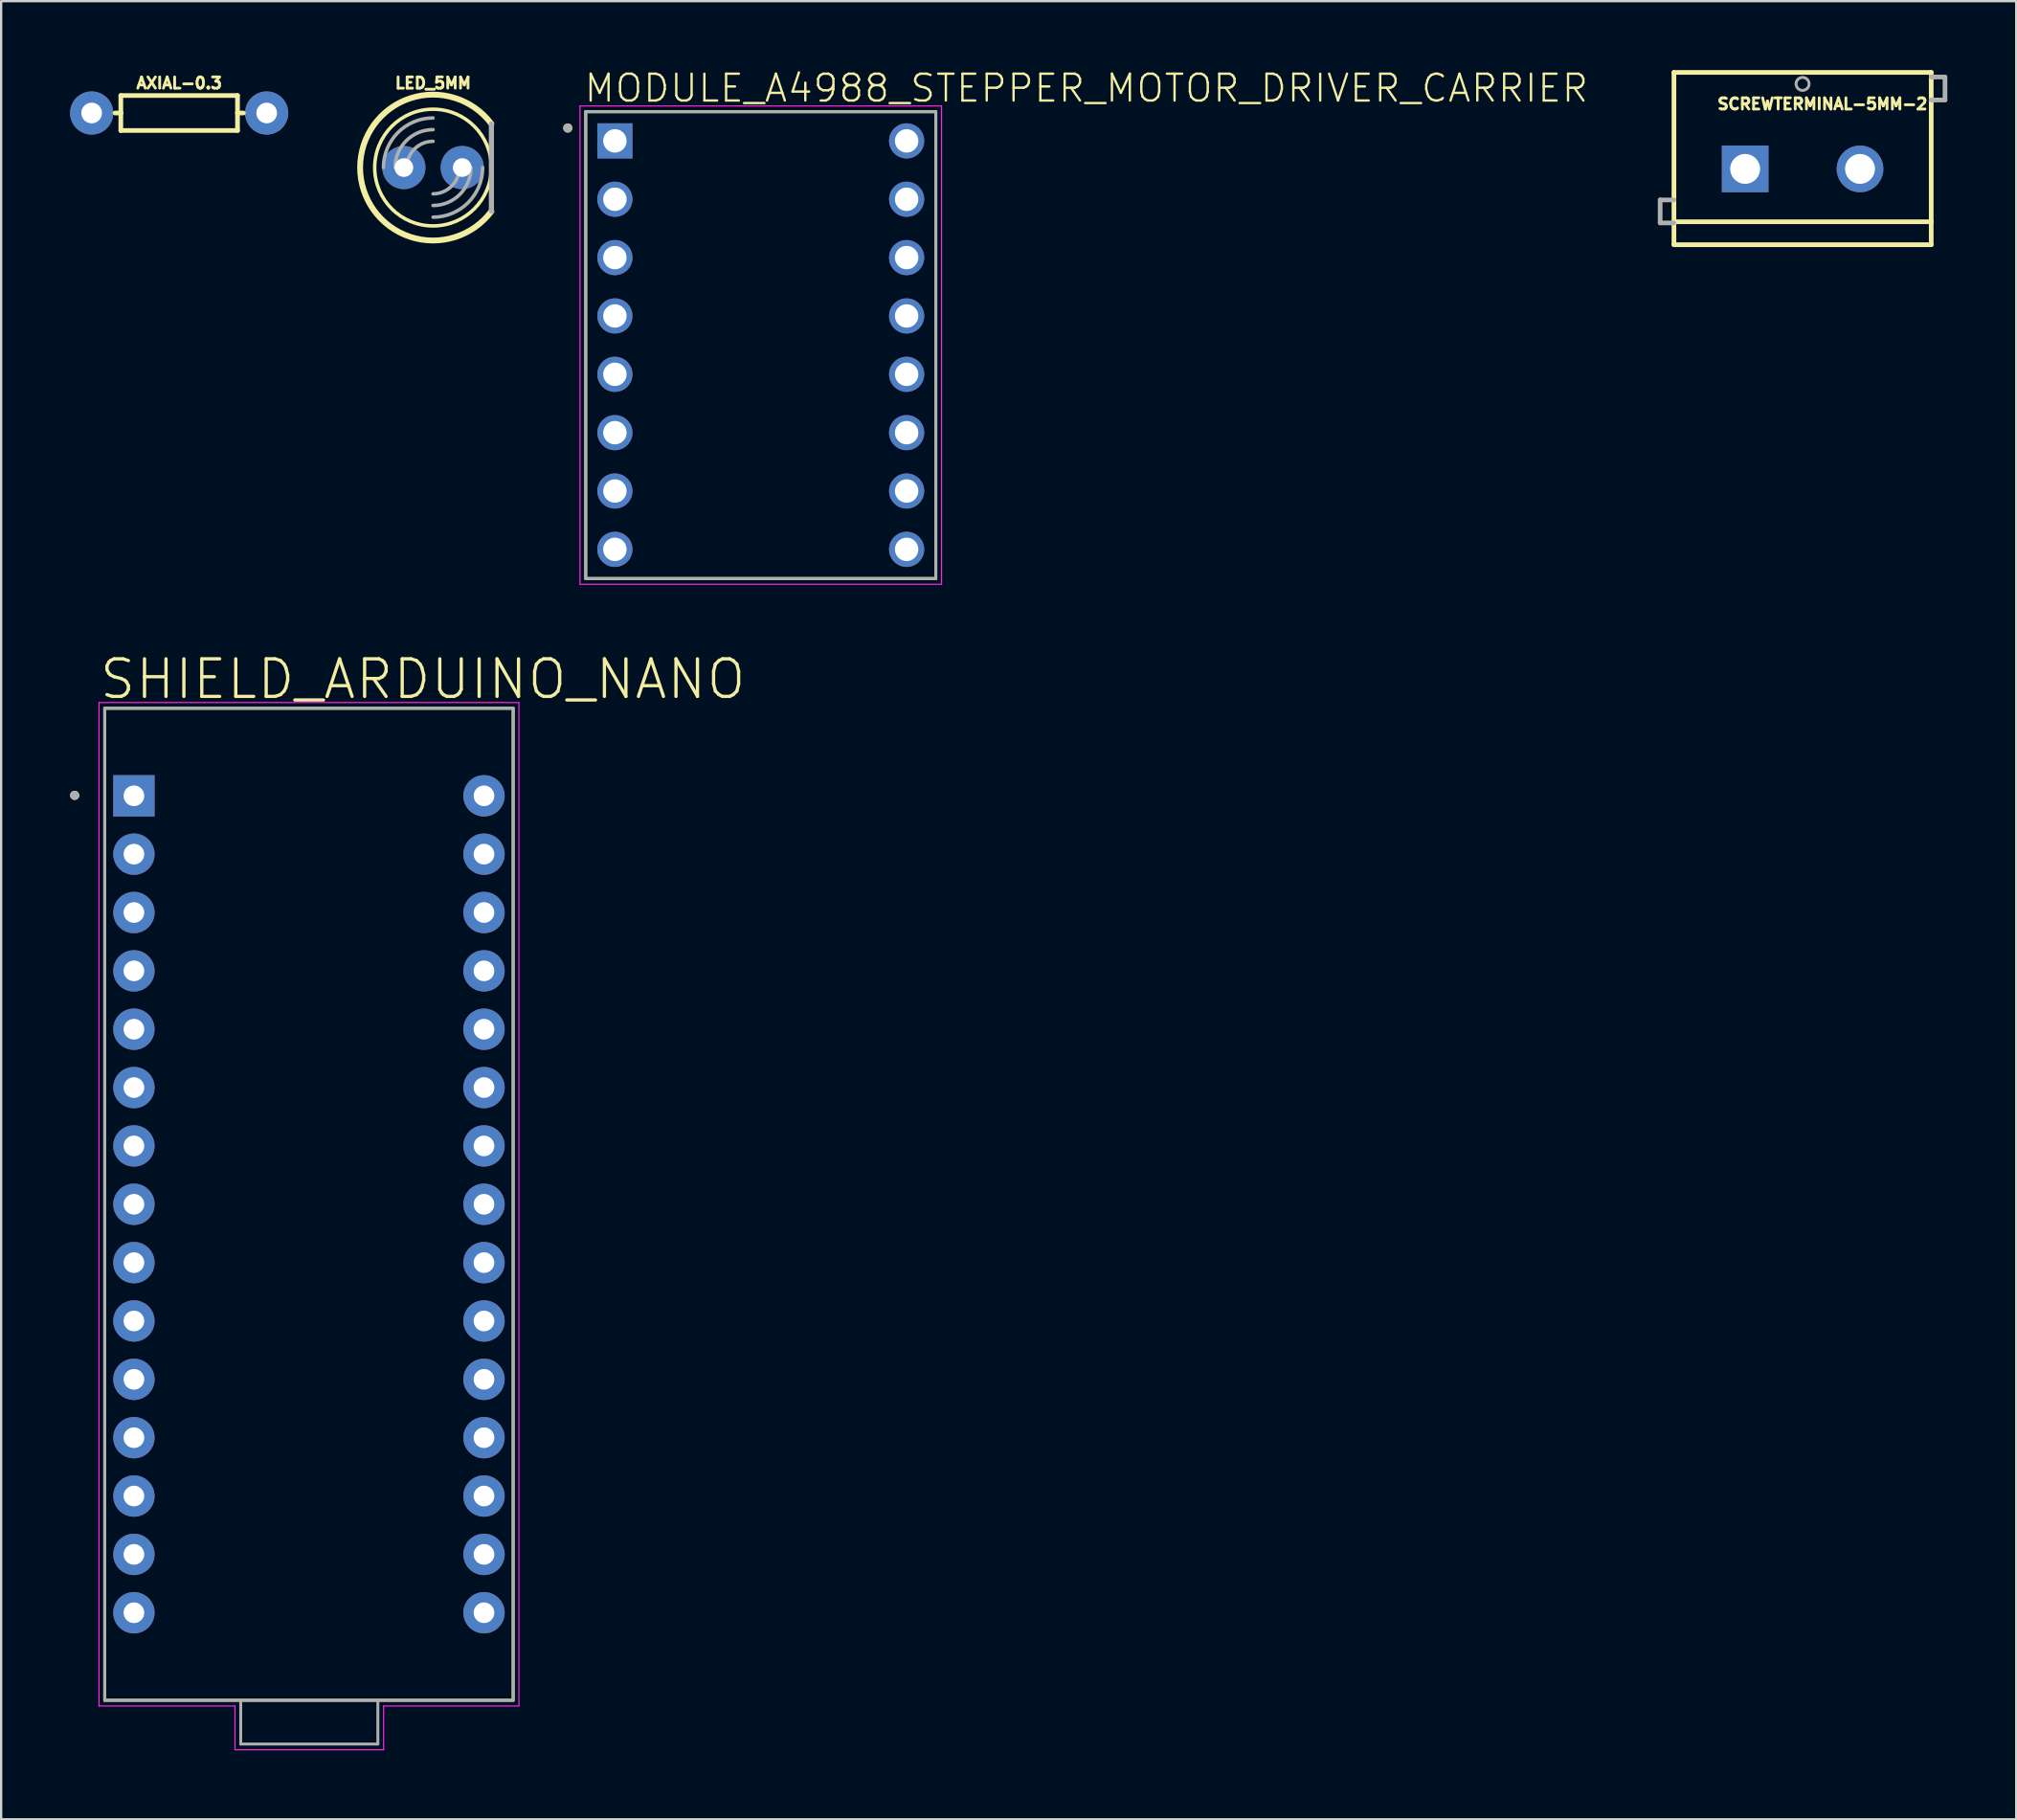
<source format=kicad_pcb>
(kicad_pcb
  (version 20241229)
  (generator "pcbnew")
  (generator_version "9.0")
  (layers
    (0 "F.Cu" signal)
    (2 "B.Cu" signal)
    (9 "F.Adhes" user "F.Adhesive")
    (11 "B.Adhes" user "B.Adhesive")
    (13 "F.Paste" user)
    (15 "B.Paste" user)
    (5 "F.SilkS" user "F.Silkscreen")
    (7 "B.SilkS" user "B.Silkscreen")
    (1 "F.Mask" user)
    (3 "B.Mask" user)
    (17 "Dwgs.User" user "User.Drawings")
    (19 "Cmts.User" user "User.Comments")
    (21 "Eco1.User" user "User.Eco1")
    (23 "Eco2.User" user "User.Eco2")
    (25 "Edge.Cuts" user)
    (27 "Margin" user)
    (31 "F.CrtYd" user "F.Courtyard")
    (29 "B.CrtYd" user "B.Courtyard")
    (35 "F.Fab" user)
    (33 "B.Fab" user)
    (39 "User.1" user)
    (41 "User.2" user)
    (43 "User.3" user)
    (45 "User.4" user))
  (footprint "SCREWTERMINAL-5MM-2"
    (layer "F.Cu")
    (at 72.923 4.302)
    (property "Reference" "SCREWTERMINAL-5MM-2" (at -1.27 -2.54 0) (layer "F.SilkS") (effects (font (size 0.488 0.488) (thickness 0.122)) (justify left bottom)))
    (fp_line (start -3.1 -4.2) (end 8.1 -4.2) (stroke (width 0.203) (type solid)) (layer "F.SilkS"))
    (fp_line (start -3.1 2.3) (end -3.1 -4.2) (stroke (width 0.203) (type solid)) (layer "F.SilkS"))
    (fp_line (start -3.1 3.3) (end -3.1 2.3) (stroke (width 0.203) (type solid)) (layer "F.SilkS"))
    (fp_line (start 8.1 -4.2) (end 8.1 2.3) (stroke (width 0.203) (type solid)) (layer "F.SilkS"))
    (fp_line (start 8.1 2.3) (end -3.1 2.3) (stroke (width 0.203) (type solid)) (layer "F.SilkS"))
    (fp_line (start 8.1 2.3) (end 8.1 3.3) (stroke (width 0.203) (type solid)) (layer "F.SilkS"))
    (fp_line (start 8.1 3.3) (end -3.1 3.3) (stroke (width 0.203) (type solid)) (layer "F.SilkS"))
    (fp_line (start -3.7 1.35) (end -3.7 2.35) (stroke (width 0.203) (type solid)) (layer "F.Fab"))
    (fp_line (start -3.7 2.35) (end -3.1 2.35) (stroke (width 0.203) (type solid)) (layer "F.Fab"))
    (fp_line (start -3.1 1.35) (end -3.7 1.35) (stroke (width 0.203) (type solid)) (layer "F.Fab"))
    (fp_line (start 8.1 -4) (end 8.7 -4) (stroke (width 0.203) (type solid)) (layer "F.Fab"))
    (fp_line (start 8.7 -4) (end 8.7 -3) (stroke (width 0.203) (type solid)) (layer "F.Fab"))
    (fp_line (start 8.7 -3) (end 8.1 -3) (stroke (width 0.203) (type solid)) (layer "F.Fab"))
    (fp_circle (center 2.5 -3.7) (end 2.783 -3.7) (stroke (width 0.127) (type solid)) (fill no) (layer "F.Fab"))
    (pad "1" thru_hole rect (at 0 0) (size 2.032 2.032) (drill 1.3) (layers "*.Cu" "*.Mask"))
    (pad "2" thru_hole circle (at 5 0) (size 2.032 2.032) (drill 1.3) (layers "*.Cu" "*.Mask")))
  (footprint "MODULE_A4988_STEPPER_MOTOR_DRIVER_CARRIER"
    (layer "F.Cu")
    (at 30.069 11.973)
    (property "Reference" "MODULE_A4988_STEPPER_MOTOR_DRIVER_CARRIER" (at -7.75 -10.5 0) (layer "F.SilkS") (effects (font (size 1.168 1.168) (thickness 0.102)) (justify left bottom)))
    (fp_line (start -7.62 -10.16) (end 7.62 -10.16) (stroke (width 0.127) (type solid)) (layer "F.SilkS"))
    (fp_line (start -7.62 10.16) (end -7.62 -10.16) (stroke (width 0.127) (type solid)) (layer "F.SilkS"))
    (fp_line (start 7.62 -10.16) (end 7.62 10.16) (stroke (width 0.127) (type solid)) (layer "F.SilkS"))
    (fp_line (start 7.62 10.16) (end -7.62 10.16) (stroke (width 0.127) (type solid)) (layer "F.SilkS"))
    (fp_circle (center -8.4 -9.45) (end -8.3 -9.45) (stroke (width 0.2) (type solid)) (fill no) (layer "F.SilkS"))
    (fp_line (start -7.87 -10.41) (end -7.87 10.41) (stroke (width 0.05) (type solid)) (layer "F.CrtYd"))
    (fp_line (start -7.87 10.41) (end 7.87 10.41) (stroke (width 0.05) (type solid)) (layer "F.CrtYd"))
    (fp_line (start 7.87 -10.41) (end -7.87 -10.41) (stroke (width 0.05) (type solid)) (layer "F.CrtYd"))
    (fp_line (start 7.87 10.41) (end 7.87 -10.41) (stroke (width 0.05) (type solid)) (layer "F.CrtYd"))
    (fp_line (start -7.62 -10.16) (end 7.62 -10.16) (stroke (width 0.127) (type solid)) (layer "F.Fab"))
    (fp_line (start -7.62 10.16) (end -7.62 -10.16) (stroke (width 0.127) (type solid)) (layer "F.Fab"))
    (fp_line (start 7.62 -10.16) (end 7.62 10.16) (stroke (width 0.127) (type solid)) (layer "F.Fab"))
    (fp_line (start 7.62 10.16) (end -7.62 10.16) (stroke (width 0.127) (type solid)) (layer "F.Fab"))
    (fp_circle (center -8.4 -9.45) (end -8.3 -9.45) (stroke (width 0.2) (type solid)) (fill no) (layer "F.Fab"))
    (pad "1" thru_hole rect (at -6.35 -8.89) (size 1.53 1.53) (drill 1.02) (layers "*.Cu" "*.Mask"))
    (pad "2" thru_hole circle (at -6.35 -6.35) (size 1.53 1.53) (drill 1.02) (layers "*.Cu" "*.Mask"))
    (pad "3" thru_hole circle (at -6.35 -3.81) (size 1.53 1.53) (drill 1.02) (layers "*.Cu" "*.Mask"))
    (pad "4" thru_hole circle (at -6.35 -1.27) (size 1.53 1.53) (drill 1.02) (layers "*.Cu" "*.Mask"))
    (pad "5" thru_hole circle (at -6.35 1.27) (size 1.53 1.53) (drill 1.02) (layers "*.Cu" "*.Mask"))
    (pad "6" thru_hole circle (at -6.35 3.81) (size 1.53 1.53) (drill 1.02) (layers "*.Cu" "*.Mask"))
    (pad "7" thru_hole circle (at -6.35 6.35) (size 1.53 1.53) (drill 1.02) (layers "*.Cu" "*.Mask"))
    (pad "8" thru_hole circle (at -6.35 8.89) (size 1.53 1.53) (drill 1.02) (layers "*.Cu" "*.Mask"))
    (pad "9" thru_hole circle (at 6.35 8.89 180) (size 1.53 1.53) (drill 1.02) (layers "*.Cu" "*.Mask"))
    (pad "10" thru_hole circle (at 6.35 6.35 180) (size 1.53 1.53) (drill 1.02) (layers "*.Cu" "*.Mask"))
    (pad "11" thru_hole circle (at 6.35 3.81 180) (size 1.53 1.53) (drill 1.02) (layers "*.Cu" "*.Mask"))
    (pad "12" thru_hole circle (at 6.35 1.27 180) (size 1.53 1.53) (drill 1.02) (layers "*.Cu" "*.Mask"))
    (pad "13" thru_hole circle (at 6.35 -1.27 180) (size 1.53 1.53) (drill 1.02) (layers "*.Cu" "*.Mask"))
    (pad "14" thru_hole circle (at 6.35 -3.81 180) (size 1.53 1.53) (drill 1.02) (layers "*.Cu" "*.Mask"))
    (pad "15" thru_hole circle (at 6.35 -6.35 180) (size 1.53 1.53) (drill 1.02) (layers "*.Cu" "*.Mask"))
    (pad "16" thru_hole circle (at 6.35 -8.89 180) (size 1.53 1.53) (drill 1.02) (layers "*.Cu" "*.Mask")))
  (footprint "AXIAL-0.3"
    (layer "F.Cu")
    (at 4.75 1.869)
    (property "Reference" "AXIAL-0.3" (at 0 -1.016 0) (layer "F.SilkS") (effects (font (size 0.488 0.488) (thickness 0.122)) (justify bottom)))
    (fp_line (start -2.54 -0.762) (end 2.54 -0.762) (stroke (width 0.203) (type solid)) (layer "F.SilkS"))
    (fp_line (start -2.54 0) (end -2.794 0) (stroke (width 0.203) (type solid)) (layer "F.SilkS"))
    (fp_line (start -2.54 0) (end -2.54 -0.762) (stroke (width 0.203) (type solid)) (layer "F.SilkS"))
    (fp_line (start -2.54 0.762) (end -2.54 0) (stroke (width 0.203) (type solid)) (layer "F.SilkS"))
    (fp_line (start 2.54 -0.762) (end 2.54 0) (stroke (width 0.203) (type solid)) (layer "F.SilkS"))
    (fp_line (start 2.54 0) (end 2.54 0.762) (stroke (width 0.203) (type solid)) (layer "F.SilkS"))
    (fp_line (start 2.54 0) (end 2.794 0) (stroke (width 0.203) (type solid)) (layer "F.SilkS"))
    (fp_line (start 2.54 0.762) (end -2.54 0.762) (stroke (width 0.203) (type solid)) (layer "F.SilkS"))
    (pad "P$1" thru_hole circle (at -3.81 0) (size 1.88 1.88) (drill 0.9) (layers "*.Cu" "*.Mask"))
    (pad "P$2" thru_hole circle (at 3.81 0) (size 1.88 1.88) (drill 0.9) (layers "*.Cu" "*.Mask")))
  (footprint "LED_5MM"
    (layer "F.Cu")
    (at 15.802 4.244)
    (property "Reference" "LED_5MM" (at 0 -3.391 0) (layer "F.SilkS") (effects (font (size 0.488 0.488) (thickness 0.122)) (justify bottom)))
    (fp_line (start 2.54 1.905) (end 2.54 -1.905) (stroke (width 0.203) (type solid)) (layer "F.SilkS"))
    (fp_arc (start 2.54 1.905) (mid -3.175 0) (end 2.54 -1.905) (stroke (width 0.254) (type solid)) (layer "F.SilkS"))
    (fp_circle (center 0 0) (end 2.54 0) (stroke (width 0.152) (type solid)) (fill no) (layer "F.SilkS"))
    (fp_line (start 2.54 1.905) (end 2.54 -1.905) (stroke (width 0.203) (type solid)) (layer "B.SilkS"))
    (fp_line (start 2.54 1.905) (end 2.54 -1.905) (stroke (width 0.203) (type solid)) (layer "F.Fab"))
    (fp_arc (start -2.159 0) (mid -1.526644 -1.526644) (end 0 -2.159) (stroke (width 0.1524) (type solid)) (layer "F.Fab"))
    (fp_arc (start -1.651 0) (mid -1.167433 -1.167433) (end 0 -1.651) (stroke (width 0.1524) (type solid)) (layer "F.Fab"))
    (fp_arc (start -1.143 0) (mid -0.808223 -0.808223) (end 0 -1.143) (stroke (width 0.1524) (type solid)) (layer "F.Fab"))
    (fp_arc (start 1.143 0) (mid 0.808223 0.808223) (end 0 1.143) (stroke (width 0.1524) (type solid)) (layer "F.Fab"))
    (fp_arc (start 1.651 0) (mid 1.167433 1.167433) (end 0 1.651) (stroke (width 0.1524) (type solid)) (layer "F.Fab"))
    (fp_arc (start 2.159 0) (mid 1.526644 1.526644) (end 0 2.159) (stroke (width 0.1524) (type solid)) (layer "F.Fab"))
    (pad "A" thru_hole circle (at -1.27 0) (size 1.88 1.88) (drill 0.813) (layers "*.Cu" "*.Mask"))
    (pad "K" thru_hole circle (at 1.27 0) (size 1.88 1.88) (drill 0.813) (layers "*.Cu" "*.Mask")))
  (footprint "SHIELD_ARDUINO_NANO"
    (layer "F.Cu")
    (at 10.4 49.371)
    (property "Reference" "SHIELD_ARDUINO_NANO" (at -9.2 -21.9 0) (layer "F.SilkS") (effects (font (size 1.636 1.636) (thickness 0.142)) (justify left bottom)))
    (fp_line (start -8.89 -21.59) (end 8.89 -21.59) (stroke (width 0.127) (type solid)) (layer "F.SilkS"))
    (fp_line (start -8.89 21.59) (end -8.89 -21.59) (stroke (width 0.127) (type solid)) (layer "F.SilkS"))
    (fp_line (start 8.89 -21.59) (end 8.89 21.59) (stroke (width 0.127) (type solid)) (layer "F.SilkS"))
    (fp_line (start 8.89 21.59) (end -8.89 21.59) (stroke (width 0.127) (type solid)) (layer "F.SilkS"))
    (fp_circle (center -10.2 -17.8) (end -10.1 -17.8) (stroke (width 0.2) (type solid)) (fill no) (layer "F.SilkS"))
    (fp_line (start -9.14 -21.84) (end 9.14 -21.84) (stroke (width 0.05) (type solid)) (layer "F.CrtYd"))
    (fp_line (start -9.14 21.84) (end -9.14 -21.84) (stroke (width 0.05) (type solid)) (layer "F.CrtYd"))
    (fp_line (start -9.14 21.84) (end -3.22 21.84) (stroke (width 0.05) (type solid)) (layer "F.CrtYd"))
    (fp_line (start -3.22 21.84) (end -3.22 23.745) (stroke (width 0.05) (type solid)) (layer "F.CrtYd"))
    (fp_line (start -3.22 23.745) (end 3.25 23.745) (stroke (width 0.05) (type solid)) (layer "F.CrtYd"))
    (fp_line (start 3.25 21.84) (end 9.14 21.84) (stroke (width 0.05) (type solid)) (layer "F.CrtYd"))
    (fp_line (start 3.25 23.745) (end 3.25 21.84) (stroke (width 0.05) (type solid)) (layer "F.CrtYd"))
    (fp_line (start 9.14 -21.84) (end 9.14 21.84) (stroke (width 0.05) (type solid)) (layer "F.CrtYd"))
    (fp_line (start -8.89 -21.59) (end 8.89 -21.59) (stroke (width 0.127) (type solid)) (layer "F.Fab"))
    (fp_line (start -8.89 21.59) (end -8.89 -21.59) (stroke (width 0.127) (type solid)) (layer "F.Fab"))
    (fp_line (start -2.97 21.59) (end -8.89 21.59) (stroke (width 0.127) (type solid)) (layer "F.Fab"))
    (fp_line (start -2.97 21.59) (end -2.97 23.495) (stroke (width 0.127) (type solid)) (layer "F.Fab"))
    (fp_line (start -2.97 23.495) (end 3 23.495) (stroke (width 0.127) (type solid)) (layer "F.Fab"))
    (fp_line (start 3 21.59) (end -2.97 21.59) (stroke (width 0.127) (type solid)) (layer "F.Fab"))
    (fp_line (start 3 23.495) (end 3 21.59) (stroke (width 0.127) (type solid)) (layer "F.Fab"))
    (fp_line (start 8.89 -21.59) (end 8.89 21.59) (stroke (width 0.127) (type solid)) (layer "F.Fab"))
    (fp_line (start 8.89 21.59) (end 3 21.59) (stroke (width 0.127) (type solid)) (layer "F.Fab"))
    (fp_circle (center -10.2 -17.8) (end -10.1 -17.8) (stroke (width 0.2) (type solid)) (fill no) (layer "F.Fab"))
    (pad "1" thru_hole rect (at -7.62 -17.78 270) (size 1.8 1.8) (drill 0.9) (layers "*.Cu" "*.Mask"))
    (pad "2" thru_hole circle (at -7.62 -15.24 270) (size 1.8 1.8) (drill 0.9) (layers "*.Cu" "*.Mask"))
    (pad "3" thru_hole circle (at -7.62 -12.7 270) (size 1.8 1.8) (drill 0.9) (layers "*.Cu" "*.Mask"))
    (pad "4" thru_hole circle (at -7.62 -10.16 270) (size 1.8 1.8) (drill 0.9) (layers "*.Cu" "*.Mask"))
    (pad "5" thru_hole circle (at -7.62 -7.62 270) (size 1.8 1.8) (drill 0.9) (layers "*.Cu" "*.Mask"))
    (pad "6" thru_hole circle (at -7.62 -5.08 270) (size 1.8 1.8) (drill 0.9) (layers "*.Cu" "*.Mask"))
    (pad "7" thru_hole circle (at -7.62 -2.54 270) (size 1.8 1.8) (drill 0.9) (layers "*.Cu" "*.Mask"))
    (pad "8" thru_hole circle (at -7.62 0 270) (size 1.8 1.8) (drill 0.9) (layers "*.Cu" "*.Mask"))
    (pad "9" thru_hole circle (at -7.62 2.54 270) (size 1.8 1.8) (drill 0.9) (layers "*.Cu" "*.Mask"))
    (pad "10" thru_hole circle (at -7.62 5.08 270) (size 1.8 1.8) (drill 0.9) (layers "*.Cu" "*.Mask"))
    (pad "11" thru_hole circle (at -7.62 7.62 270) (size 1.8 1.8) (drill 0.9) (layers "*.Cu" "*.Mask"))
    (pad "12" thru_hole circle (at -7.62 10.16 270) (size 1.8 1.8) (drill 0.9) (layers "*.Cu" "*.Mask"))
    (pad "13" thru_hole circle (at -7.62 12.7 270) (size 1.8 1.8) (drill 0.9) (layers "*.Cu" "*.Mask"))
    (pad "14" thru_hole circle (at -7.62 15.24 270) (size 1.8 1.8) (drill 0.9) (layers "*.Cu" "*.Mask"))
    (pad "15" thru_hole circle (at -7.62 17.78 270) (size 1.8 1.8) (drill 0.9) (layers "*.Cu" "*.Mask"))
    (pad "16" thru_hole circle (at 7.62 17.78 90) (size 1.8 1.8) (drill 0.9) (layers "*.Cu" "*.Mask"))
    (pad "17" thru_hole circle (at 7.62 15.24 90) (size 1.8 1.8) (drill 0.9) (layers "*.Cu" "*.Mask"))
    (pad "18" thru_hole circle (at 7.62 12.7 90) (size 1.8 1.8) (drill 0.9) (layers "*.Cu" "*.Mask"))
    (pad "19" thru_hole circle (at 7.62 10.16 90) (size 1.8 1.8) (drill 0.9) (layers "*.Cu" "*.Mask"))
    (pad "20" thru_hole circle (at 7.62 7.62 90) (size 1.8 1.8) (drill 0.9) (layers "*.Cu" "*.Mask"))
    (pad "21" thru_hole circle (at 7.62 5.08 90) (size 1.8 1.8) (drill 0.9) (layers "*.Cu" "*.Mask"))
    (pad "22" thru_hole circle (at 7.62 2.54 90) (size 1.8 1.8) (drill 0.9) (layers "*.Cu" "*.Mask"))
    (pad "23" thru_hole circle (at 7.62 0 90) (size 1.8 1.8) (drill 0.9) (layers "*.Cu" "*.Mask"))
    (pad "24" thru_hole circle (at 7.62 -2.54 90) (size 1.8 1.8) (drill 0.9) (layers "*.Cu" "*.Mask"))
    (pad "25" thru_hole circle (at 7.62 -5.08 90) (size 1.8 1.8) (drill 0.9) (layers "*.Cu" "*.Mask"))
    (pad "26" thru_hole circle (at 7.62 -7.62 90) (size 1.8 1.8) (drill 0.9) (layers "*.Cu" "*.Mask"))
    (pad "27" thru_hole circle (at 7.62 -10.16 90) (size 1.8 1.8) (drill 0.9) (layers "*.Cu" "*.Mask"))
    (pad "28" thru_hole circle (at 7.62 -12.7 90) (size 1.8 1.8) (drill 0.9) (layers "*.Cu" "*.Mask"))
    (pad "29" thru_hole circle (at 7.62 -15.24 90) (size 1.8 1.8) (drill 0.9) (layers "*.Cu" "*.Mask"))
    (pad "30" thru_hole circle (at 7.62 -17.78 90) (size 1.8 1.8) (drill 0.9) (layers "*.Cu" "*.Mask")))
  (gr_rect
    (start -3 -3)
    (end 84.724 76.141)
    (stroke (width 0.1) (type default))
    (fill no)
    (layer "Edge.Cuts")))
</source>
